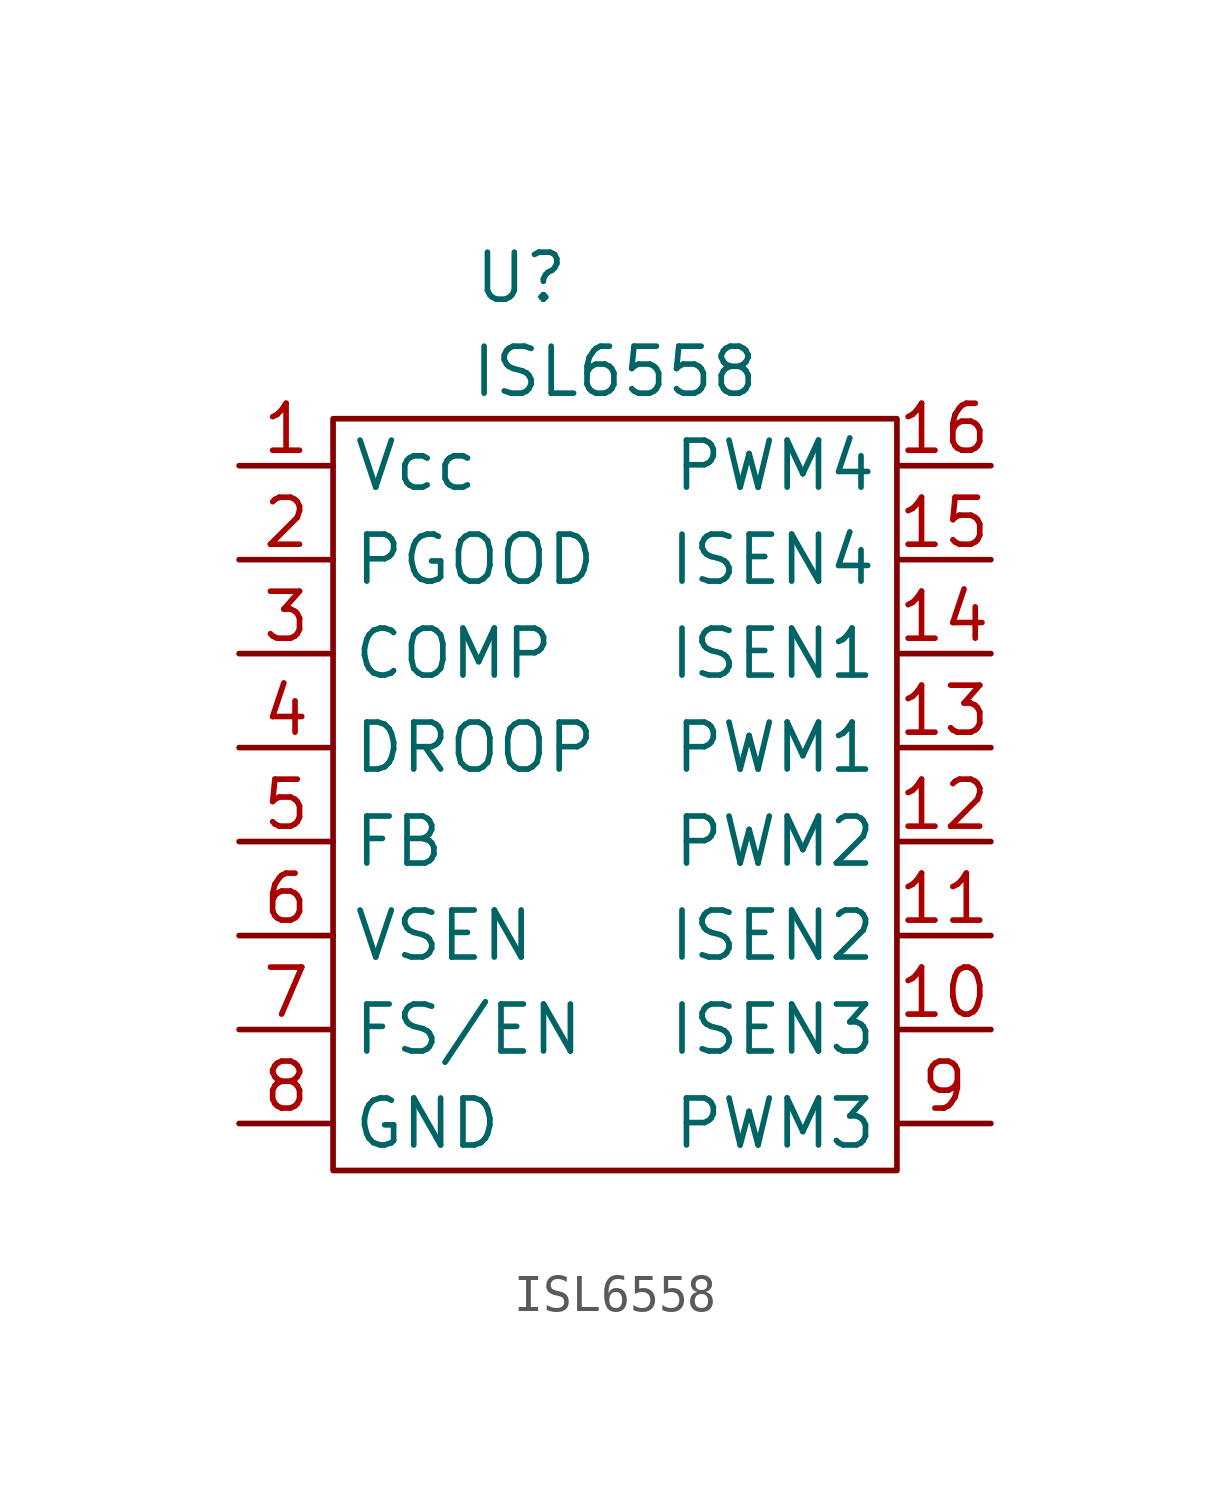
<source format=kicad_sym>
(kicad_symbol_lib
  (version 20211014)
  (generator kicad_symbol_editor)
  (symbol "ISL6558"
    (property "Reference" "U"
      (at -2.54 13.97 0)
      (effects (font (size 1.27 1.27))))
    (property "Value" "ISL6558"
      (at 0 11.43 0)
      (effects (font (size 1.27 1.27))))
    (symbol "ISL6558_0_1"
      (rectangle (start -7.62 10.16) (end 7.62 -10.16) (stroke (width 0) (type default) (color 0 0 0 0)) (fill (type none))))
    (symbol "ISL6558_1_1"
      (pin power_in line (at -10.16 8.89 0) (length 2.54) (name "Vcc" (effects (font (size 1.27 1.27)))) (number "1" (effects (font (size 1.27 1.27)))))
      (pin input line (at 10.16 -6.35 180) (length 2.54) (name "ISEN3" (effects (font (size 1.27 1.27)))) (number "10" (effects (font (size 1.27 1.27)))))
      (pin input line (at 10.16 -3.81 180) (length 2.54) (name "ISEN2" (effects (font (size 1.27 1.27)))) (number "11" (effects (font (size 1.27 1.27)))))
      (pin output line (at 10.16 -1.27 180) (length 2.54) (name "PWM2" (effects (font (size 1.27 1.27)))) (number "12" (effects (font (size 1.27 1.27)))))
      (pin output line (at 10.16 1.27 180) (length 2.54) (name "PWM1" (effects (font (size 1.27 1.27)))) (number "13" (effects (font (size 1.27 1.27)))))
      (pin input line (at 10.16 3.81 180) (length 2.54) (name "ISEN1" (effects (font (size 1.27 1.27)))) (number "14" (effects (font (size 1.27 1.27)))))
      (pin input line (at 10.16 6.35 180) (length 2.54) (name "ISEN4" (effects (font (size 1.27 1.27)))) (number "15" (effects (font (size 1.27 1.27)))))
      (pin output line (at 10.16 8.89 180) (length 2.54) (name "PWM4" (effects (font (size 1.27 1.27)))) (number "16" (effects (font (size 1.27 1.27)))))
      (pin input line (at -10.16 6.35 0) (length 2.54) (name "PGOOD" (effects (font (size 1.27 1.27)))) (number "2" (effects (font (size 1.27 1.27)))))
      (pin input line (at -10.16 3.81 0) (length 2.54) (name "COMP" (effects (font (size 1.27 1.27)))) (number "3" (effects (font (size 1.27 1.27)))))
      (pin input line (at -10.16 1.27 0) (length 2.54) (name "DROOP" (effects (font (size 1.27 1.27)))) (number "4" (effects (font (size 1.27 1.27)))))
      (pin input line (at -10.16 -1.27 0) (length 2.54) (name "FB" (effects (font (size 1.27 1.27)))) (number "5" (effects (font (size 1.27 1.27)))))
      (pin input line (at -10.16 -3.81 0) (length 2.54) (name "VSEN" (effects (font (size 1.27 1.27)))) (number "6" (effects (font (size 1.27 1.27)))))
      (pin input line (at -10.16 -6.35 0) (length 2.54) (name "FS/EN" (effects (font (size 1.27 1.27)))) (number "7" (effects (font (size 1.27 1.27)))))
      (pin power_out line (at -10.16 -8.89 0) (length 2.54) (name "GND" (effects (font (size 1.27 1.27)))) (number "8" (effects (font (size 1.27 1.27)))))
      (pin output line (at 10.16 -8.89 180) (length 2.54) (name "PWM3" (effects (font (size 1.27 1.27)))) (number "9" (effects (font (size 1.27 1.27))))))))
</source>
